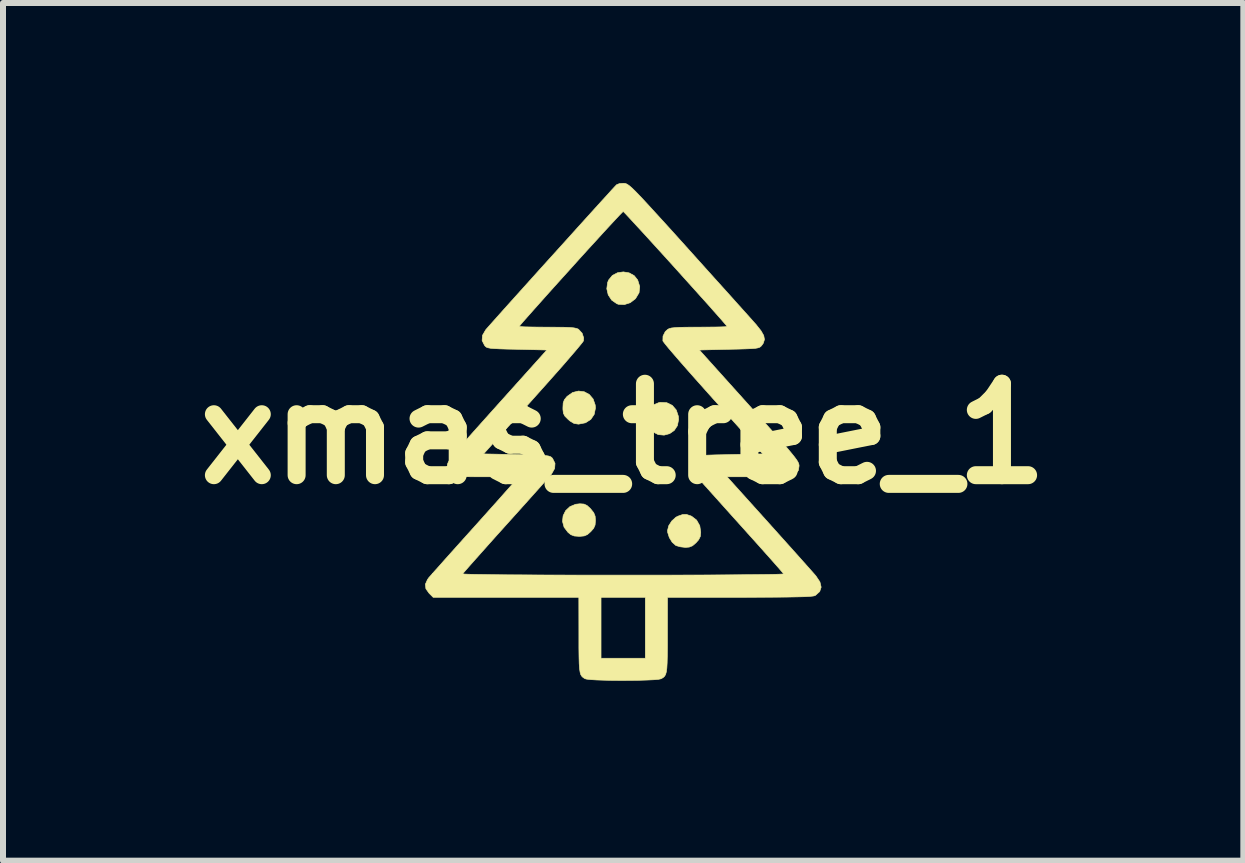
<source format=kicad_pcb>
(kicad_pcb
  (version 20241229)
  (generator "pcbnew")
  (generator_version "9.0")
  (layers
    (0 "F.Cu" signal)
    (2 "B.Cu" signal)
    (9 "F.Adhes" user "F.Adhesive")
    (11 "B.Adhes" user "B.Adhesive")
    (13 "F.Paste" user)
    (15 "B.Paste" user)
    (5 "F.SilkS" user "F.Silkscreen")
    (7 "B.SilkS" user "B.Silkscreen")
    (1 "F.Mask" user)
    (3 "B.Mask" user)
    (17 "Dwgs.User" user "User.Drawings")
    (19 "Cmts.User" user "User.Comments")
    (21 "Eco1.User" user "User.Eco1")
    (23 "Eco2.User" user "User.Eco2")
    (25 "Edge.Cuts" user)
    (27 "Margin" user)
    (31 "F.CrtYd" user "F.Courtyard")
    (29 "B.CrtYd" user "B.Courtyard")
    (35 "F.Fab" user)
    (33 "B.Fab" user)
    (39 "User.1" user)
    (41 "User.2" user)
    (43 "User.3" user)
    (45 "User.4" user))
  (footprint "xmas_tree_1"
    (layer "F.Cu")
    (at 7.337 4.181)
    (property "Reference" "xmas_tree_1" (at 0 0 0) (layer "F.SilkS") (effects (font (size 1.524 1.524) (thickness 0.3))))
    (attr through_hole)
    (fp_poly (pts (xy 0.099 -2.683) (xy 0.183 -2.637) (xy 0.242 -2.564) (xy 0.276 -2.455) (xy 0.265 -2.352) (xy 0.208 -2.257) (xy 0.202 -2.25) (xy 0.117 -2.185) (xy 0.019 -2.154) (xy -0.079 -2.159) (xy -0.106 -2.169) (xy -0.192 -2.229) (xy -0.249 -2.316) (xy -0.273 -2.418) (xy -0.259 -2.523) (xy -0.242 -2.564) (xy -0.18 -2.64) (xy -0.094 -2.685) (xy 0.003 -2.699) (xy 0.099 -2.683)) (stroke (width 0.01) (type solid)) (fill yes) (layer "F.SilkS"))
    (fp_poly (pts (xy 0.727 -0.519) (xy 0.819 -0.474) (xy 0.885 -0.397) (xy 0.92 -0.293) (xy 0.924 -0.237) (xy 0.904 -0.136) (xy 0.851 -0.056) (xy 0.774 -0.003) (xy 0.682 0.022) (xy 0.585 0.013) (xy 0.492 -0.034) (xy 0.475 -0.048) (xy 0.407 -0.134) (xy 0.378 -0.229) (xy 0.385 -0.325) (xy 0.426 -0.412) (xy 0.497 -0.48) (xy 0.595 -0.52) (xy 0.617 -0.524) (xy 0.727 -0.519)) (stroke (width 0.01) (type solid)) (fill yes) (layer "F.SilkS"))
    (fp_poly (pts (xy -0.649 -0.701) (xy -0.565 -0.656) (xy -0.501 -0.581) (xy -0.466 -0.481) (xy -0.462 -0.428) (xy -0.483 -0.324) (xy -0.54 -0.24) (xy -0.628 -0.184) (xy -0.739 -0.162) (xy -0.75 -0.162) (xy -0.819 -0.173) (xy -0.887 -0.214) (xy -0.918 -0.241) (xy -0.971 -0.294) (xy -0.996 -0.342) (xy -1.004 -0.406) (xy -1.004 -0.437) (xy -1 -0.514) (xy -0.98 -0.568) (xy -0.938 -0.62) (xy -0.933 -0.625) (xy -0.842 -0.689) (xy -0.744 -0.713) (xy -0.649 -0.701)) (stroke (width 0.01) (type solid)) (fill yes) (layer "F.SilkS"))
    (fp_poly (pts (xy -0.653 1.171) (xy -0.603 1.194) (xy -0.55 1.242) (xy -0.541 1.252) (xy -0.49 1.316) (xy -0.467 1.374) (xy -0.462 1.445) (xy -0.468 1.52) (xy -0.492 1.575) (xy -0.54 1.63) (xy -0.596 1.679) (xy -0.649 1.702) (xy -0.721 1.709) (xy -0.734 1.709) (xy -0.815 1.703) (xy -0.872 1.681) (xy -0.919 1.643) (xy -0.985 1.556) (xy -1.011 1.46) (xy -1.001 1.366) (xy -0.959 1.281) (xy -0.888 1.214) (xy -0.792 1.174) (xy -0.721 1.166) (xy -0.653 1.171)) (stroke (width 0.01) (type solid)) (fill yes) (layer "F.SilkS"))
    (fp_poly (pts (xy 1.127 1.368) (xy 1.141 1.374) (xy 1.224 1.438) (xy 1.277 1.532) (xy 1.293 1.64) (xy 1.286 1.71) (xy 1.258 1.766) (xy 1.215 1.815) (xy 1.156 1.866) (xy 1.101 1.888) (xy 1.036 1.893) (xy 0.957 1.884) (xy 0.888 1.865) (xy 0.875 1.859) (xy 0.817 1.807) (xy 0.769 1.729) (xy 0.742 1.644) (xy 0.739 1.613) (xy 0.759 1.533) (xy 0.809 1.454) (xy 0.878 1.391) (xy 0.912 1.373) (xy 0.992 1.345) (xy 1.056 1.344) (xy 1.127 1.368)) (stroke (width 0.01) (type solid)) (fill yes) (layer "F.SilkS"))
    (fp_poly (pts (xy 0.016 -4.175) (xy 0.035 -4.173) (xy 0.055 -4.166) (xy 0.078 -4.153) (xy 0.107 -4.132) (xy 0.145 -4.099) (xy 0.194 -4.052) (xy 0.255 -3.989) (xy 0.333 -3.907) (xy 0.428 -3.804) (xy 0.544 -3.677) (xy 0.684 -3.524) (xy 0.848 -3.343) (xy 1.04 -3.13) (xy 1.093 -3.071) (xy 1.269 -2.875) (xy 1.44 -2.685) (xy 1.602 -2.505) (xy 1.752 -2.339) (xy 1.887 -2.188) (xy 2.004 -2.058) (xy 2.1 -1.951) (xy 2.171 -1.871) (xy 2.215 -1.822) (xy 2.219 -1.817) (xy 2.298 -1.717) (xy 2.343 -1.638) (xy 2.355 -1.572) (xy 2.336 -1.511) (xy 2.311 -1.475) (xy 2.295 -1.457) (xy 2.276 -1.443) (xy 2.248 -1.433) (xy 2.204 -1.425) (xy 2.139 -1.42) (xy 2.045 -1.416) (xy 1.917 -1.412) (xy 1.769 -1.409) (xy 1.27 -1.397) (xy 2.101 -0.473) (xy 2.283 -0.271) (xy 2.437 -0.1) (xy 2.564 0.043) (xy 2.667 0.161) (xy 2.75 0.256) (xy 2.813 0.332) (xy 2.86 0.391) (xy 2.893 0.436) (xy 2.914 0.471) (xy 2.926 0.498) (xy 2.931 0.52) (xy 2.932 0.535) (xy 2.921 0.608) (xy 2.881 0.66) (xy 2.872 0.668) (xy 2.85 0.683) (xy 2.825 0.695) (xy 2.789 0.703) (xy 2.738 0.709) (xy 2.665 0.713) (xy 2.563 0.715) (xy 2.427 0.716) (xy 2.271 0.716) (xy 1.731 0.716) (xy 2.43 1.492) (xy 2.577 1.656) (xy 2.718 1.813) (xy 2.849 1.959) (xy 2.965 2.089) (xy 3.064 2.2) (xy 3.142 2.288) (xy 3.195 2.348) (xy 3.215 2.372) (xy 3.28 2.47) (xy 3.3 2.556) (xy 3.276 2.629) (xy 3.208 2.69) (xy 3.194 2.698) (xy 3.167 2.704) (xy 3.11 2.71) (xy 3.021 2.715) (xy 2.898 2.718) (xy 2.738 2.721) (xy 2.54 2.723) (xy 2.3 2.724) (xy 2.018 2.725) (xy 1.941 2.725) (xy 0.739 2.725) (xy 0.738 3.354) (xy 0.738 3.548) (xy 0.736 3.701) (xy 0.733 3.818) (xy 0.728 3.906) (xy 0.719 3.969) (xy 0.707 4.012) (xy 0.689 4.042) (xy 0.666 4.063) (xy 0.637 4.08) (xy 0.631 4.083) (xy 0.591 4.092) (xy 0.514 4.099) (xy 0.406 4.104) (xy 0.276 4.108) (xy 0.131 4.11) (xy -0.021 4.111) (xy -0.172 4.11) (xy -0.314 4.107) (xy -0.439 4.103) (xy -0.54 4.097) (xy -0.609 4.089) (xy -0.635 4.082) (xy -0.665 4.064) (xy -0.688 4.043) (xy -0.706 4.015) (xy -0.718 3.974) (xy -0.727 3.914) (xy -0.733 3.83) (xy -0.736 3.716) (xy -0.738 3.568) (xy -0.738 3.38) (xy -0.738 3.354) (xy -0.739 2.725) (xy -0.369 2.725) (xy -0.369 3.741) (xy 0.369 3.741) (xy 0.369 2.725) (xy -0.369 2.725) (xy -0.739 2.725) (xy -3.167 2.725) (xy -3.235 2.657) (xy -3.288 2.583) (xy -3.297 2.508) (xy -3.261 2.428) (xy -3.239 2.397) (xy -3.21 2.365) (xy -3.183 2.334) (xy -2.675 2.334) (xy -2.653 2.337) (xy -2.587 2.34) (xy -2.48 2.343) (xy -2.332 2.345) (xy -2.147 2.348) (xy -1.926 2.35) (xy -1.671 2.351) (xy -1.384 2.353) (xy -1.069 2.354) (xy -0.725 2.355) (xy -0.357 2.355) (xy 0 2.355) (xy 0.39 2.355) (xy 0.756 2.355) (xy 1.097 2.354) (xy 1.41 2.353) (xy 1.694 2.351) (xy 1.946 2.349) (xy 2.164 2.347) (xy 2.346 2.345) (xy 2.491 2.343) (xy 2.595 2.34) (xy 2.657 2.337) (xy 2.675 2.334) (xy 2.658 2.313) (xy 2.614 2.262) (xy 2.545 2.183) (xy 2.454 2.08) (xy 2.345 1.958) (xy 2.221 1.819) (xy 2.084 1.667) (xy 1.974 1.544) (xy 1.828 1.382) (xy 1.689 1.227) (xy 1.56 1.083) (xy 1.446 0.956) (xy 1.349 0.848) (xy 1.274 0.763) (xy 1.224 0.707) (xy 1.206 0.686) (xy 1.148 0.592) (xy 1.134 0.506) (xy 1.166 0.426) (xy 1.176 0.412) (xy 1.191 0.395) (xy 1.208 0.382) (xy 1.235 0.372) (xy 1.275 0.365) (xy 1.337 0.359) (xy 1.424 0.355) (xy 1.544 0.351) (xy 1.702 0.348) (xy 1.773 0.346) (xy 2.327 0.335) (xy 1.501 -0.582) (xy 1.344 -0.758) (xy 1.196 -0.924) (xy 1.06 -1.078) (xy 0.939 -1.216) (xy 0.837 -1.334) (xy 0.755 -1.43) (xy 0.698 -1.5) (xy 0.667 -1.541) (xy 0.662 -1.549) (xy 0.664 -1.629) (xy 0.702 -1.704) (xy 0.743 -1.741) (xy 0.768 -1.754) (xy 0.805 -1.764) (xy 0.862 -1.77) (xy 0.943 -1.775) (xy 1.056 -1.777) (xy 1.207 -1.778) (xy 1.264 -1.778) (xy 1.405 -1.779) (xy 1.529 -1.78) (xy 1.629 -1.782) (xy 1.699 -1.785) (xy 1.731 -1.789) (xy 1.732 -1.79) (xy 1.717 -1.81) (xy 1.674 -1.86) (xy 1.607 -1.937) (xy 1.519 -2.036) (xy 1.414 -2.155) (xy 1.294 -2.288) (xy 1.164 -2.433) (xy 1.026 -2.586) (xy 0.885 -2.743) (xy 0.743 -2.9) (xy 0.604 -3.053) (xy 0.472 -3.198) (xy 0.349 -3.333) (xy 0.239 -3.452) (xy 0.146 -3.553) (xy 0.073 -3.632) (xy 0.024 -3.684) (xy 0.001 -3.706) (xy -0.000291 -3.706) (xy -0.018 -3.689) (xy -0.064 -3.642) (xy -0.133 -3.568) (xy -0.223 -3.471) (xy -0.331 -3.354) (xy -0.451 -3.222) (xy -0.583 -3.078) (xy -0.721 -2.926) (xy -0.862 -2.769) (xy -1.004 -2.612) (xy -1.142 -2.459) (xy -1.274 -2.312) (xy -1.395 -2.176) (xy -1.503 -2.055) (xy -1.594 -1.952) (xy -1.665 -1.872) (xy -1.712 -1.817) (xy -1.731 -1.791) (xy -1.732 -1.79) (xy -1.71 -1.787) (xy -1.649 -1.783) (xy -1.555 -1.781) (xy -1.436 -1.779) (xy -1.298 -1.778) (xy -1.264 -1.778) (xy -1.099 -1.777) (xy -0.975 -1.776) (xy -0.884 -1.772) (xy -0.821 -1.766) (xy -0.778 -1.757) (xy -0.75 -1.746) (xy -0.743 -1.741) (xy -0.684 -1.677) (xy -0.658 -1.598) (xy -0.662 -1.549) (xy -0.68 -1.523) (xy -0.726 -1.466) (xy -0.797 -1.381) (xy -0.89 -1.273) (xy -1.002 -1.143) (xy -1.132 -0.996) (xy -1.274 -0.836) (xy -1.428 -0.664) (xy -1.501 -0.582) (xy -2.327 0.335) (xy -1.773 0.346) (xy -1.599 0.35) (xy -1.466 0.354) (xy -1.367 0.357) (xy -1.296 0.362) (xy -1.248 0.369) (xy -1.217 0.378) (xy -1.197 0.39) (xy -1.181 0.405) (xy -1.176 0.412) (xy -1.136 0.492) (xy -1.142 0.577) (xy -1.193 0.669) (xy -1.206 0.686) (xy -1.237 0.721) (xy -1.296 0.787) (xy -1.378 0.88) (xy -1.481 0.995) (xy -1.6 1.128) (xy -1.732 1.275) (xy -1.874 1.433) (xy -1.974 1.544) (xy -2.118 1.704) (xy -2.251 1.853) (xy -2.372 1.989) (xy -2.477 2.107) (xy -2.563 2.204) (xy -2.627 2.277) (xy -2.665 2.321) (xy -2.675 2.334) (xy -3.183 2.334) (xy -3.154 2.301) (xy -3.074 2.212) (xy -2.974 2.099) (xy -2.856 1.967) (xy -2.725 1.821) (xy -2.583 1.663) (xy -2.465 1.532) (xy -2.32 1.37) (xy -2.185 1.219) (xy -2.063 1.083) (xy -1.957 0.963) (xy -1.87 0.865) (xy -1.806 0.791) (xy -1.766 0.744) (xy -1.755 0.729) (xy -1.777 0.725) (xy -1.839 0.722) (xy -1.934 0.719) (xy -2.056 0.717) (xy -2.199 0.716) (xy -2.294 0.716) (xy -2.465 0.716) (xy -2.596 0.715) (xy -2.693 0.713) (xy -2.762 0.71) (xy -2.808 0.704) (xy -2.839 0.695) (xy -2.86 0.683) (xy -2.877 0.667) (xy -2.882 0.662) (xy -2.925 0.586) (xy -2.932 0.53) (xy -2.93 0.51) (xy -2.921 0.486) (xy -2.904 0.454) (xy -2.876 0.413) (xy -2.835 0.36) (xy -2.778 0.29) (xy -2.703 0.202) (xy -2.607 0.092) (xy -2.488 -0.042) (xy -2.344 -0.203) (xy -2.172 -0.395) (xy -2.102 -0.473) (xy -1.272 -1.397) (xy -1.77 -1.409) (xy -1.933 -1.412) (xy -2.057 -1.416) (xy -2.147 -1.421) (xy -2.21 -1.426) (xy -2.252 -1.434) (xy -2.279 -1.444) (xy -2.297 -1.458) (xy -2.311 -1.475) (xy -2.351 -1.555) (xy -2.345 -1.641) (xy -2.293 -1.731) (xy -2.278 -1.749) (xy -2.201 -1.836) (xy -2.102 -1.947) (xy -1.986 -2.077) (xy -1.854 -2.224) (xy -1.71 -2.384) (xy -1.557 -2.554) (xy -1.398 -2.731) (xy -1.236 -2.91) (xy -1.073 -3.09) (xy -0.914 -3.266) (xy -0.761 -3.436) (xy -0.617 -3.595) (xy -0.485 -3.741) (xy -0.368 -3.87) (xy -0.269 -3.978) (xy -0.192 -4.064) (xy -0.138 -4.122) (xy -0.111 -4.15) (xy -0.109 -4.152) (xy -0.062 -4.171) (xy 0.006 -4.176) (xy 0.016 -4.175)) (stroke (width 0.01) (type solid)) (fill yes) (layer "F.SilkS")))
  (gr_rect
    (start -3 -3)
    (end 17.674 11.296)
    (stroke (width 0.1) (type default))
    (fill no)
    (layer "Edge.Cuts")))
</source>
